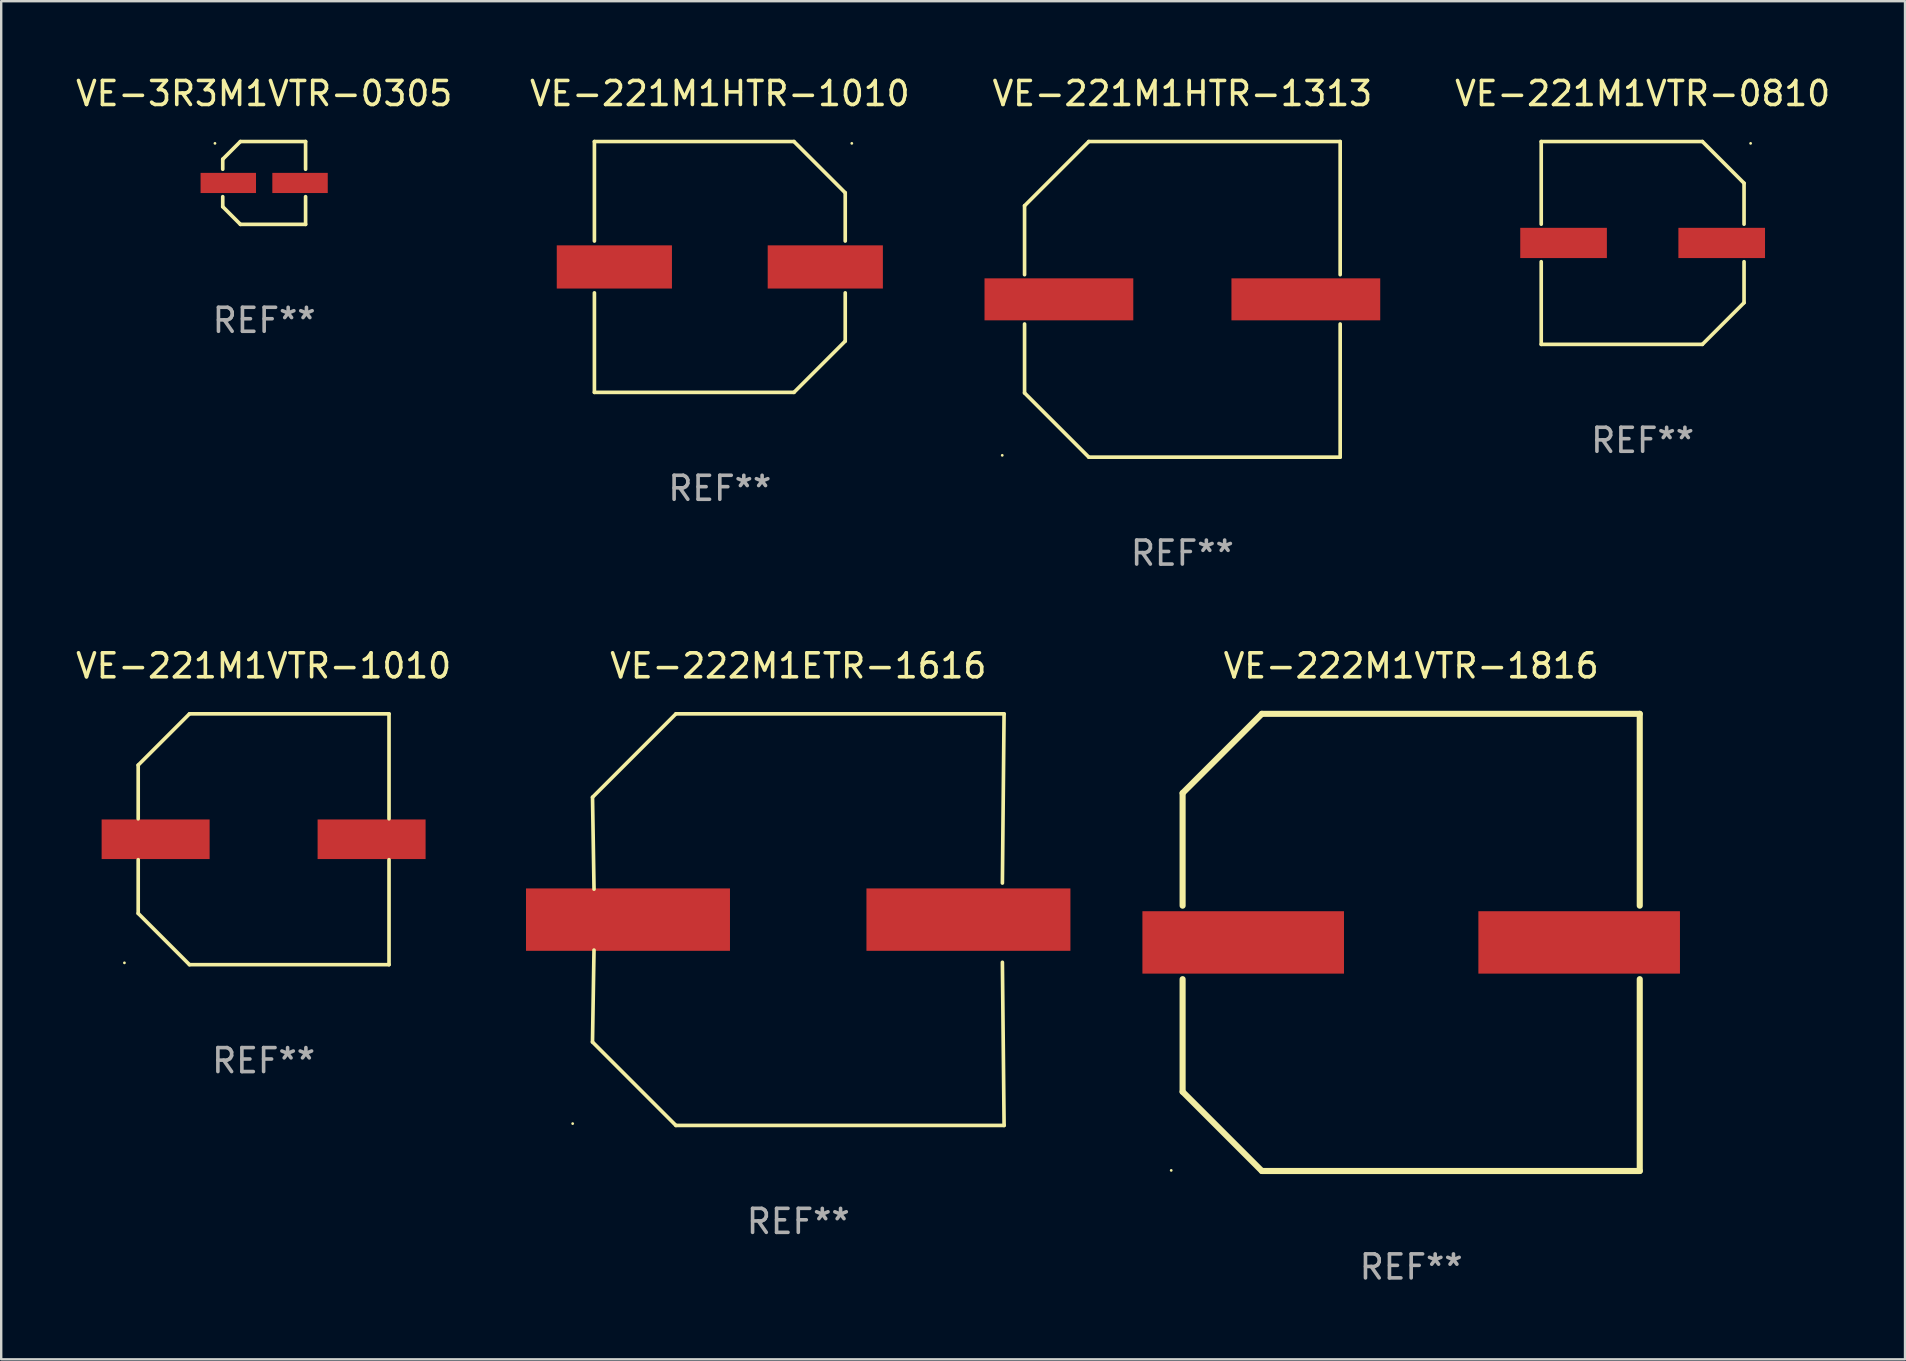
<source format=kicad_pcb>
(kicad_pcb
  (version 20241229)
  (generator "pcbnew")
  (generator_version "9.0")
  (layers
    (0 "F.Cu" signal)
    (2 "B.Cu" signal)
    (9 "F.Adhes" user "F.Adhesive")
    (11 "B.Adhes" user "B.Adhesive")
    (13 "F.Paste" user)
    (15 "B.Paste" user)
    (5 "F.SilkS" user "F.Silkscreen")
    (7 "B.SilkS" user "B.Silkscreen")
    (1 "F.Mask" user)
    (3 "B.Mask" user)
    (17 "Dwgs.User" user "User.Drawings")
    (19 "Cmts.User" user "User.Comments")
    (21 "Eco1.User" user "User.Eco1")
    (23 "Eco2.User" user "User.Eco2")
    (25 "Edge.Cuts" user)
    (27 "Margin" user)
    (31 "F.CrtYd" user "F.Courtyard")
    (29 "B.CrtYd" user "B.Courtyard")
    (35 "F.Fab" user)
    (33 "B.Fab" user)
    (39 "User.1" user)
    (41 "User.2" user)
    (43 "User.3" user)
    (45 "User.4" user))
  (footprint "VE-222M1VTR-1816"
    (layer "F.Cu")
    (at 55.756 36.222)
    (property "Reference" "VE-222M1VTR-1816" (at 0 -11.525 0) (layer "F.SilkS") (effects (font (size 1 1) (thickness 0.15))))
    (attr through_hole)
    (fp_line (start -9.525 -6.223) (end -9.525 -1.531) (stroke (width 0.254) (type solid)) (layer "F.SilkS"))
    (fp_line (start -9.525 1.531) (end -9.525 6.223) (stroke (width 0.254) (type solid)) (layer "F.SilkS"))
    (fp_line (start -9.525 6.223) (end -6.223 9.525) (stroke (width 0.254) (type solid)) (layer "F.SilkS"))
    (fp_line (start -6.223 -9.525) (end -9.525 -6.223) (stroke (width 0.254) (type solid)) (layer "F.SilkS"))
    (fp_line (start -6.223 9.525) (end 9.525 9.525) (stroke (width 0.254) (type solid)) (layer "F.SilkS"))
    (fp_line (start 9.525 -9.525) (end -6.223 -9.525) (stroke (width 0.254) (type solid)) (layer "F.SilkS"))
    (fp_line (start 9.525 -1.531) (end 9.525 -9.525) (stroke (width 0.254) (type solid)) (layer "F.SilkS"))
    (fp_line (start 9.525 9.525) (end 9.525 1.531) (stroke (width 0.254) (type solid)) (layer "F.SilkS"))
    (fp_circle (center -10 9.5) (end -9.97 9.5) (stroke (width 0.06) (type solid)) (fill no) (layer "F.SilkS"))
    (fp_text user "REF**" (at 0 13.525 0) (layer "F.Fab") (effects (font (size 1 1) (thickness 0.15))))
    (pad "1" smd rect (at -7 0) (size 8.4 2.6) (layers "F.Cu" "F.Mask" "F.Paste"))
    (pad "2" smd rect (at 7 0) (size 8.4 2.6) (layers "F.Cu" "F.Mask" "F.Paste")))
  (footprint "VE-221M1VTR-0810"
    (layer "F.Cu")
    (at 65.401 7.074)
    (property "Reference" "VE-221M1VTR-0810" (at 0 -6.226 0) (layer "F.SilkS") (effects (font (size 1 1) (thickness 0.15))))
    (attr through_hole)
    (fp_line (start -4.226 -4.226) (end 2.49 -4.226) (stroke (width 0.152) (type solid)) (layer "F.SilkS"))
    (fp_line (start -4.226 -0.782) (end -4.226 -4.226) (stroke (width 0.152) (type solid)) (layer "F.SilkS"))
    (fp_line (start -4.226 0.782) (end -4.226 4.226) (stroke (width 0.152) (type solid)) (layer "F.SilkS"))
    (fp_line (start -4.226 4.226) (end 2.49 4.226) (stroke (width 0.152) (type solid)) (layer "F.SilkS"))
    (fp_line (start 2.49 -4.226) (end 4.226 -2.49) (stroke (width 0.152) (type solid)) (layer "F.SilkS"))
    (fp_line (start 2.49 4.226) (end 4.226 2.49) (stroke (width 0.152) (type solid)) (layer "F.SilkS"))
    (fp_line (start 4.226 -2.49) (end 4.226 -0.782) (stroke (width 0.152) (type solid)) (layer "F.SilkS"))
    (fp_line (start 4.226 2.49) (end 4.226 0.782) (stroke (width 0.152) (type solid)) (layer "F.SilkS"))
    (fp_circle (center 4.5 -4.15) (end 4.53 -4.15) (stroke (width 0.06) (type solid)) (fill no) (layer "F.SilkS"))
    (fp_text user "REF**" (at 0 8.226 0) (layer "F.Fab") (effects (font (size 1 1) (thickness 0.15))))
    (pad "1" smd rect (at 3.295 0 180) (size 3.61 1.26) (layers "F.Cu" "F.Mask" "F.Paste"))
    (pad "2" smd rect (at -3.295 0 180) (size 3.61 1.26) (layers "F.Cu" "F.Mask" "F.Paste")))
  (footprint "VE-3R3M1VTR-0305"
    (layer "F.Cu")
    (at 7.958 4.574)
    (property "Reference" "VE-3R3M1VTR-0305" (at 0 -3.726 0) (layer "F.SilkS") (effects (font (size 1 1) (thickness 0.15))))
    (attr through_hole)
    (fp_line (start -1.726 -0.99) (end -1.726 -0.572) (stroke (width 0.152) (type solid)) (layer "F.SilkS"))
    (fp_line (start -1.726 0.99) (end -1.726 0.572) (stroke (width 0.152) (type solid)) (layer "F.SilkS"))
    (fp_line (start -0.99 -1.726) (end -1.726 -0.99) (stroke (width 0.152) (type solid)) (layer "F.SilkS"))
    (fp_line (start -0.99 1.726) (end -1.726 0.99) (stroke (width 0.152) (type solid)) (layer "F.SilkS"))
    (fp_line (start 1.726 -1.726) (end -0.99 -1.726) (stroke (width 0.152) (type solid)) (layer "F.SilkS"))
    (fp_line (start 1.726 -0.572) (end 1.726 -1.726) (stroke (width 0.152) (type solid)) (layer "F.SilkS"))
    (fp_line (start 1.726 0.572) (end 1.726 1.726) (stroke (width 0.152) (type solid)) (layer "F.SilkS"))
    (fp_line (start 1.726 1.726) (end -0.99 1.726) (stroke (width 0.152) (type solid)) (layer "F.SilkS"))
    (fp_circle (center -2.05 -1.65) (end -2.02 -1.65) (stroke (width 0.06) (type solid)) (fill no) (layer "F.SilkS"))
    (fp_text user "REF**" (at 0 5.726 0) (layer "F.Fab") (effects (font (size 1 1) (thickness 0.15))))
    (pad "1" smd rect (at -1.495 0) (size 2.31 0.84) (layers "F.Cu" "F.Mask" "F.Paste"))
    (pad "2" smd rect (at 1.495 0) (size 2.31 0.84) (layers "F.Cu" "F.Mask" "F.Paste")))
  (footprint "VE-221M1HTR-1313"
    (layer "F.Cu")
    (at 46.221 9.424)
    (property "Reference" "VE-221M1HTR-1313" (at 0 -8.576 0) (layer "F.SilkS") (effects (font (size 1 1) (thickness 0.15))))
    (attr through_hole)
    (fp_line (start -6.576 -3.9) (end -6.576 -1.027) (stroke (width 0.152) (type solid)) (layer "F.SilkS"))
    (fp_line (start -6.576 3.9) (end -6.576 1.027) (stroke (width 0.152) (type solid)) (layer "F.SilkS"))
    (fp_line (start -3.9 -6.576) (end -6.576 -3.9) (stroke (width 0.152) (type solid)) (layer "F.SilkS"))
    (fp_line (start -3.9 6.576) (end -6.576 3.9) (stroke (width 0.152) (type solid)) (layer "F.SilkS"))
    (fp_line (start 6.576 -6.576) (end -3.9 -6.576) (stroke (width 0.152) (type solid)) (layer "F.SilkS"))
    (fp_line (start 6.576 -1.027) (end 6.576 -6.576) (stroke (width 0.152) (type solid)) (layer "F.SilkS"))
    (fp_line (start 6.576 1.027) (end 6.576 6.576) (stroke (width 0.152) (type solid)) (layer "F.SilkS"))
    (fp_line (start 6.576 6.576) (end -3.9 6.576) (stroke (width 0.152) (type solid)) (layer "F.SilkS"))
    (fp_circle (center -7.506 6.5) (end -7.476 6.5) (stroke (width 0.06) (type solid)) (fill no) (layer "F.SilkS"))
    (fp_text user "REF**" (at 0 10.576 0) (layer "F.Fab") (effects (font (size 1 1) (thickness 0.15))))
    (pad "1" smd rect (at -5.145 0) (size 6.2 1.75) (layers "F.Cu" "F.Mask" "F.Paste"))
    (pad "2" smd rect (at 5.145 0) (size 6.2 1.75) (layers "F.Cu" "F.Mask" "F.Paste")))
  (footprint "VE-221M1HTR-1010"
    (layer "F.Cu")
    (at 26.946 8.074)
    (property "Reference" "VE-221M1HTR-1010" (at 0 -7.226 0) (layer "F.SilkS") (effects (font (size 1 1) (thickness 0.15))))
    (attr through_hole)
    (fp_line (start -5.226 -5.226) (end -5.226 -1.08) (stroke (width 0.152) (type solid)) (layer "F.SilkS"))
    (fp_line (start -5.226 -5.226) (end 3.09 -5.226) (stroke (width 0.152) (type solid)) (layer "F.SilkS"))
    (fp_line (start -5.226 1.08) (end -5.226 5.226) (stroke (width 0.152) (type solid)) (layer "F.SilkS"))
    (fp_line (start -5.226 5.226) (end 3.09 5.226) (stroke (width 0.152) (type solid)) (layer "F.SilkS"))
    (fp_line (start 3.09 -5.226) (end 5.226 -3.09) (stroke (width 0.152) (type solid)) (layer "F.SilkS"))
    (fp_line (start 3.09 5.226) (end 5.226 3.09) (stroke (width 0.152) (type solid)) (layer "F.SilkS"))
    (fp_line (start 5.226 -1.08) (end 5.226 -3.09) (stroke (width 0.152) (type solid)) (layer "F.SilkS"))
    (fp_line (start 5.226 3.09) (end 5.226 1.08) (stroke (width 0.152) (type solid)) (layer "F.SilkS"))
    (fp_circle (center 5.5 -5.15) (end 5.53 -5.15) (stroke (width 0.06) (type solid)) (fill no) (layer "F.SilkS"))
    (fp_text user "REF**" (at 0 9.226 0) (layer "F.Fab") (effects (font (size 1 1) (thickness 0.15))))
    (pad "1" smd rect (at 4.395 0 180) (size 4.8 1.8) (layers "F.Cu" "F.Mask" "F.Paste"))
    (pad "2" smd rect (at -4.395 0 180) (size 4.8 1.8) (layers "F.Cu" "F.Mask" "F.Paste")))
  (footprint "VE-222M1ETR-1616"
    (layer "F.Cu")
    (at 30.216 35.273)
    (property "Reference" "VE-222M1ETR-1616" (at 0 -10.576 0) (layer "F.SilkS") (effects (font (size 1 1) (thickness 0.15))))
    (attr through_hole)
    (fp_line (start -8.576 5.099) (end -8.513 1.269) (stroke (width 0.152) (type solid)) (layer "F.SilkS"))
    (fp_line (start -8.575 -5.101) (end -8.512 -1.271) (stroke (width 0.152) (type solid)) (layer "F.SilkS"))
    (fp_line (start -5.1 -8.576) (end -8.575 -5.101) (stroke (width 0.152) (type solid)) (layer "F.SilkS"))
    (fp_line (start -5.1 8.576) (end -8.576 5.099) (stroke (width 0.152) (type solid)) (layer "F.SilkS"))
    (fp_line (start 8.505 -1.525) (end 8.575 -8.576) (stroke (width 0.152) (type solid)) (layer "F.SilkS"))
    (fp_line (start 8.505 1.777) (end 8.576 8.576) (stroke (width 0.152) (type solid)) (layer "F.SilkS"))
    (fp_line (start 8.575 -8.576) (end -5.1 -8.576) (stroke (width 0.152) (type solid)) (layer "F.SilkS"))
    (fp_line (start 8.576 8.576) (end -5.1 8.576) (stroke (width 0.152) (type solid)) (layer "F.SilkS"))
    (fp_circle (center -9.402 8.499) (end -9.372 8.499) (stroke (width 0.06) (type solid)) (fill no) (layer "F.SilkS"))
    (fp_text user "REF**" (at 0 12.576 0) (layer "F.Fab") (effects (font (size 1 1) (thickness 0.15))))
    (pad "1" smd rect (at -7.097 -0.001) (size 8.5 2.6) (layers "F.Cu" "F.Mask" "F.Paste"))
    (pad "2" smd rect (at 7.09 -0.001) (size 8.5 2.6) (layers "F.Cu" "F.Mask" "F.Paste")))
  (footprint "VE-221M1VTR-1010"
    (layer "F.Cu")
    (at 7.935 31.923)
    (property "Reference" "VE-221M1VTR-1010" (at 0 -7.226 0) (layer "F.SilkS") (effects (font (size 1 1) (thickness 0.15))))
    (attr through_hole)
    (fp_line (start -5.226 -3.09) (end -5.226 -0.852) (stroke (width 0.152) (type solid)) (layer "F.SilkS"))
    (fp_line (start -5.226 3.09) (end -5.226 0.852) (stroke (width 0.152) (type solid)) (layer "F.SilkS"))
    (fp_line (start -3.09 -5.226) (end -5.226 -3.09) (stroke (width 0.152) (type solid)) (layer "F.SilkS"))
    (fp_line (start -3.09 5.226) (end -5.226 3.09) (stroke (width 0.152) (type solid)) (layer "F.SilkS"))
    (fp_line (start 5.226 -5.226) (end -3.09 -5.226) (stroke (width 0.152) (type solid)) (layer "F.SilkS"))
    (fp_line (start 5.226 -0.852) (end 5.226 -5.226) (stroke (width 0.152) (type solid)) (layer "F.SilkS"))
    (fp_line (start 5.226 0.852) (end 5.226 5.226) (stroke (width 0.152) (type solid)) (layer "F.SilkS"))
    (fp_line (start 5.226 5.226) (end -3.09 5.226) (stroke (width 0.152) (type solid)) (layer "F.SilkS"))
    (fp_circle (center -5.8 5.15) (end -5.77 5.15) (stroke (width 0.06) (type solid)) (fill no) (layer "F.SilkS"))
    (fp_text user "REF**" (at 0 9.226 0) (layer "F.Fab") (effects (font (size 1 1) (thickness 0.15))))
    (pad "1" smd rect (at -4.5 0) (size 4.5 1.65) (layers "F.Cu" "F.Mask" "F.Paste"))
    (pad "2" smd rect (at 4.5 0) (size 4.5 1.65) (layers "F.Cu" "F.Mask" "F.Paste")))
  (gr_rect
    (start -3 -3)
    (end 76.335 53.595)
    (stroke (width 0.1) (type default))
    (fill no)
    (layer "Edge.Cuts")))
</source>
